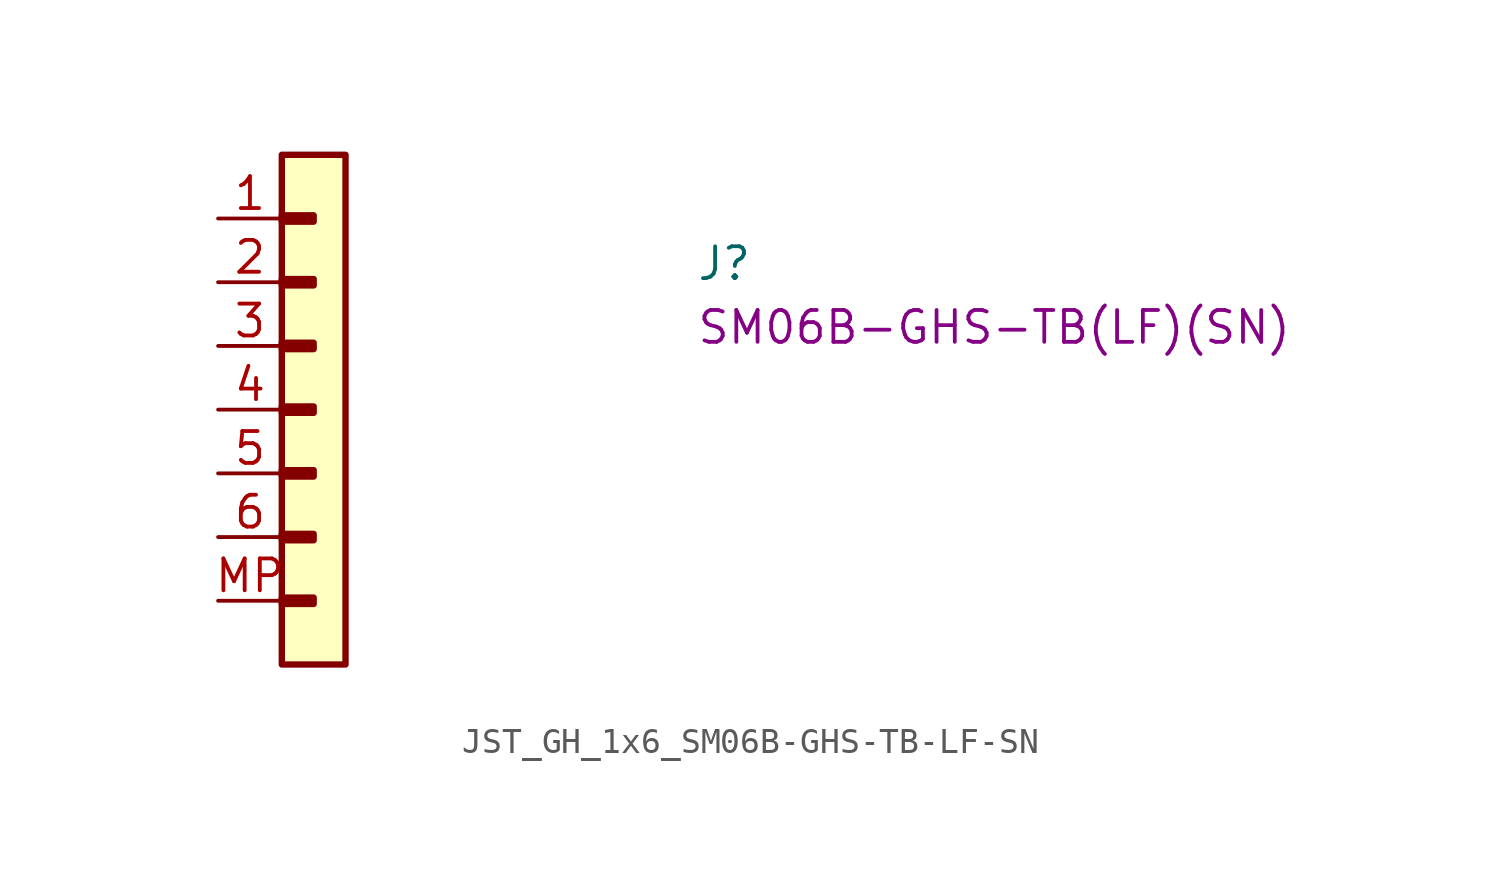
<source format=kicad_sym>
(kicad_symbol_lib
  (version 20220914)
  (generator kicad_symbol_editor)
  (symbol "JST_GH_1x6_SM06B-GHS-TB-LF-SN"
    (property "Reference" "J"
      (at 19.05 -2.54 0)
      (effects (font (size 1.27 1.27) (thickness 0.15)) (justify left bottom)))
    (property "MPN" "SM06B-GHS-TB(LF)(SN)"
      (at 19.05 -5.08 0)
      (effects (font (size 1.27 1.27) (thickness 0.15)) (justify left bottom)))
    (symbol "JST_GH_1x6_SM06B-GHS-TB-LF-SN_1_1"
      (rectangle (start 2.54 -15.113) (end 3.81 -15.367) (stroke (width 0.254) (type default)) (fill (type background)))
      (rectangle (start 2.54 -12.573) (end 3.81 -12.827) (stroke (width 0.254) (type default)) (fill (type background)))
      (rectangle (start 2.54 -10.033) (end 3.81 -10.287) (stroke (width 0.254) (type default)) (fill (type background)))
      (rectangle (start 2.54 -7.493) (end 3.81 -7.747) (stroke (width 0.254) (type default)) (fill (type background)))
      (rectangle (start 2.54 -4.953) (end 3.81 -5.207) (stroke (width 0.254) (type default)) (fill (type background)))
      (rectangle (start 2.54 -2.413) (end 3.81 -2.667) (stroke (width 0.254) (type default)) (fill (type background)))
      (rectangle (start 2.54 0.127) (end 3.81 -0.127) (stroke (width 0.254) (type default)) (fill (type background)))
      (rectangle (start 2.54 2.54) (end 5.08 -17.78) (stroke (width 0.254) (type default)) (fill (type background)))
      (pin passive line (at 0 0 0) (length 2.54) (name "~" (effects (font (size 1.27 1.27)))) (number "1" (effects (font (size 1.27 1.27)))))
      (pin passive line (at 0 -2.54 0) (length 2.54) (name "~" (effects (font (size 1.27 1.27)))) (number "2" (effects (font (size 1.27 1.27)))))
      (pin passive line (at 0 -5.08 0) (length 2.54) (name "~" (effects (font (size 1.27 1.27)))) (number "3" (effects (font (size 1.27 1.27)))))
      (pin passive line (at 0 -7.62 0) (length 2.54) (name "~" (effects (font (size 1.27 1.27)))) (number "4" (effects (font (size 1.27 1.27)))))
      (pin passive line (at 0 -10.16 0) (length 2.54) (name "~" (effects (font (size 1.27 1.27)))) (number "5" (effects (font (size 1.27 1.27)))))
      (pin passive line (at 0 -12.7 0) (length 2.54) (name "~" (effects (font (size 1.27 1.27)))) (number "6" (effects (font (size 1.27 1.27)))))
      (pin passive line (at 0 -15.24 0) (length 2.54) (name "~" (effects (font (size 1.27 1.27)))) (number "MP" (effects (font (size 1.27 1.27))))))))
</source>
